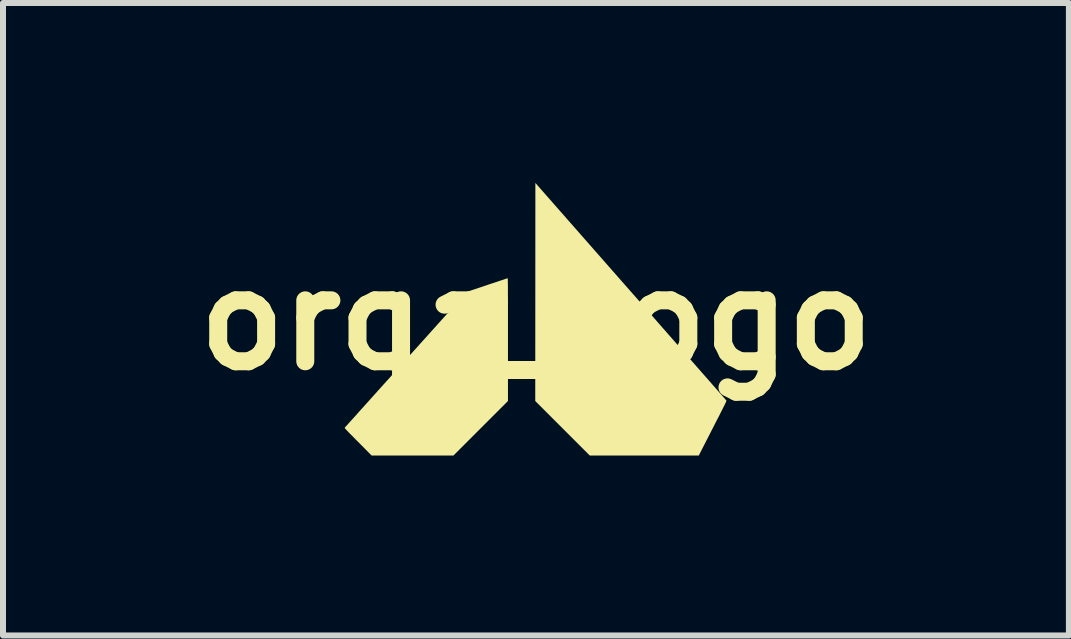
<source format=kicad_pcb>
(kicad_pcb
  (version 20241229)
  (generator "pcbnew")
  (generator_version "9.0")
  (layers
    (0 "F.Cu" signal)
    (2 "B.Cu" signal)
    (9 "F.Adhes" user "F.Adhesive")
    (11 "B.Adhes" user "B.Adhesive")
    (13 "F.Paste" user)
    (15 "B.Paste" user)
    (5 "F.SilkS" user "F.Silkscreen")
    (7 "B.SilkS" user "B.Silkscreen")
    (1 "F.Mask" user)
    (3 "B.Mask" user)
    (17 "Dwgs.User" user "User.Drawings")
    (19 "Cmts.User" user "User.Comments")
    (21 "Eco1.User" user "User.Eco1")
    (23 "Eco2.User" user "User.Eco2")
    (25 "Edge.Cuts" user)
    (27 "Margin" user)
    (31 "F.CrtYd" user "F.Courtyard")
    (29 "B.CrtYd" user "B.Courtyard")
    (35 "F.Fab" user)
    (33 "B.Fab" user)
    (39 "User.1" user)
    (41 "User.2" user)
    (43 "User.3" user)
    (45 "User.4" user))
  (footprint "orqa_logo"
    (layer "F.Cu")
    (at 5.886 2.284)
    (property "Reference" "orqa_logo" (at 0 0 0) (layer "F.SilkS") (effects (font (size 1.524 1.524) (thickness 0.3))))
    (attr board_only exclude_from_pos_files exclude_from_bom)
    (fp_poly (pts (xy 1.58 -0.474) (xy 1.671 -0.371) (xy 1.76 -0.269) (xy 1.848 -0.168) (xy 1.935 -0.07) (xy 2.02 0.027) (xy 2.103 0.122) (xy 2.184 0.214) (xy 2.263 0.304) (xy 2.34 0.392) (xy 2.414 0.476) (xy 2.486 0.558) (xy 2.555 0.636) (xy 2.621 0.712) (xy 2.684 0.784) (xy 2.744 0.852) (xy 2.801 0.917) (xy 2.854 0.977) (xy 2.904 1.034) (xy 2.95 1.087) (xy 2.992 1.135) (xy 3.03 1.178) (xy 3.064 1.217) (xy 3.094 1.251) (xy 3.119 1.28) (xy 3.14 1.304) (xy 3.156 1.322) (xy 3.167 1.335) (xy 3.173 1.342) (xy 3.174 1.344) (xy 3.175 1.345) (xy 3.175 1.348) (xy 3.174 1.352) (xy 3.172 1.358) (xy 3.169 1.365) (xy 3.164 1.376) (xy 3.158 1.389) (xy 3.151 1.405) (xy 3.141 1.424) (xy 3.129 1.448) (xy 3.115 1.476) (xy 3.099 1.508) (xy 3.08 1.545) (xy 3.059 1.588) (xy 3.034 1.636) (xy 3.006 1.69) (xy 2.975 1.751) (xy 2.947 1.806) (xy 2.714 2.261) (xy 0.897 2.261) (xy 0.442 1.806) (xy -0.012 1.352) (xy -0.01 -2.284)) (stroke (width 0) (type solid)) (fill yes) (layer "F.SilkS"))
    (fp_poly (pts (xy -0.473 -0.695) (xy -0.473 -0.694) (xy -0.472 -0.692) (xy -0.471 -0.689) (xy -0.471 -0.685) (xy -0.47 -0.678) (xy -0.47 -0.67) (xy -0.47 -0.658) (xy -0.469 -0.645) (xy -0.469 -0.628) (xy -0.469 -0.608) (xy -0.468 -0.584) (xy -0.468 -0.557) (xy -0.468 -0.525) (xy -0.468 -0.489) (xy -0.468 -0.449) (xy -0.468 -0.403) (xy -0.467 -0.352) (xy -0.467 -0.296) (xy -0.467 -0.233) (xy -0.467 -0.165) (xy -0.467 -0.09) (xy -0.467 -0.009) (xy -0.467 0.079) (xy -0.467 0.175) (xy -0.467 0.278) (xy -0.467 0.327) (xy -0.467 1.352) (xy -1.376 2.261) (xy -2.74 2.261) (xy -2.967 2.032) (xy -3.009 1.99) (xy -3.045 1.953) (xy -3.076 1.922) (xy -3.103 1.895) (xy -3.125 1.872) (xy -3.143 1.853) (xy -3.158 1.837) (xy -3.17 1.825) (xy -3.178 1.815) (xy -3.184 1.808) (xy -3.188 1.803) (xy -3.189 1.799) (xy -3.189 1.798) (xy -3.189 1.797) (xy -3.186 1.794) (xy -3.178 1.785) (xy -3.165 1.77) (xy -3.147 1.751) (xy -3.125 1.726) (xy -3.098 1.696) (xy -3.067 1.662) (xy -3.032 1.623) (xy -2.993 1.58) (xy -2.951 1.532) (xy -2.905 1.481) (xy -2.856 1.427) (xy -2.803 1.368) (xy -2.748 1.307) (xy -2.69 1.242) (xy -2.63 1.175) (xy -2.567 1.105) (xy -2.502 1.033) (xy -2.434 0.958) (xy -2.366 0.881) (xy -2.295 0.803) (xy -2.223 0.722) (xy -2.168 0.661) (xy -1.152 -0.469) (xy -0.816 -0.581) (xy -0.767 -0.598) (xy -0.719 -0.613) (xy -0.674 -0.628) (xy -0.632 -0.642) (xy -0.594 -0.655) (xy -0.56 -0.666) (xy -0.531 -0.676) (xy -0.508 -0.684) (xy -0.49 -0.69) (xy -0.478 -0.694) (xy -0.474 -0.695)) (stroke (width 0) (type solid)) (fill yes) (layer "F.SilkS")))
  (gr_rect
    (start -3 -3)
    (end 14.771 7.545)
    (stroke (width 0.1) (type default))
    (fill no)
    (layer "Edge.Cuts")))
</source>
